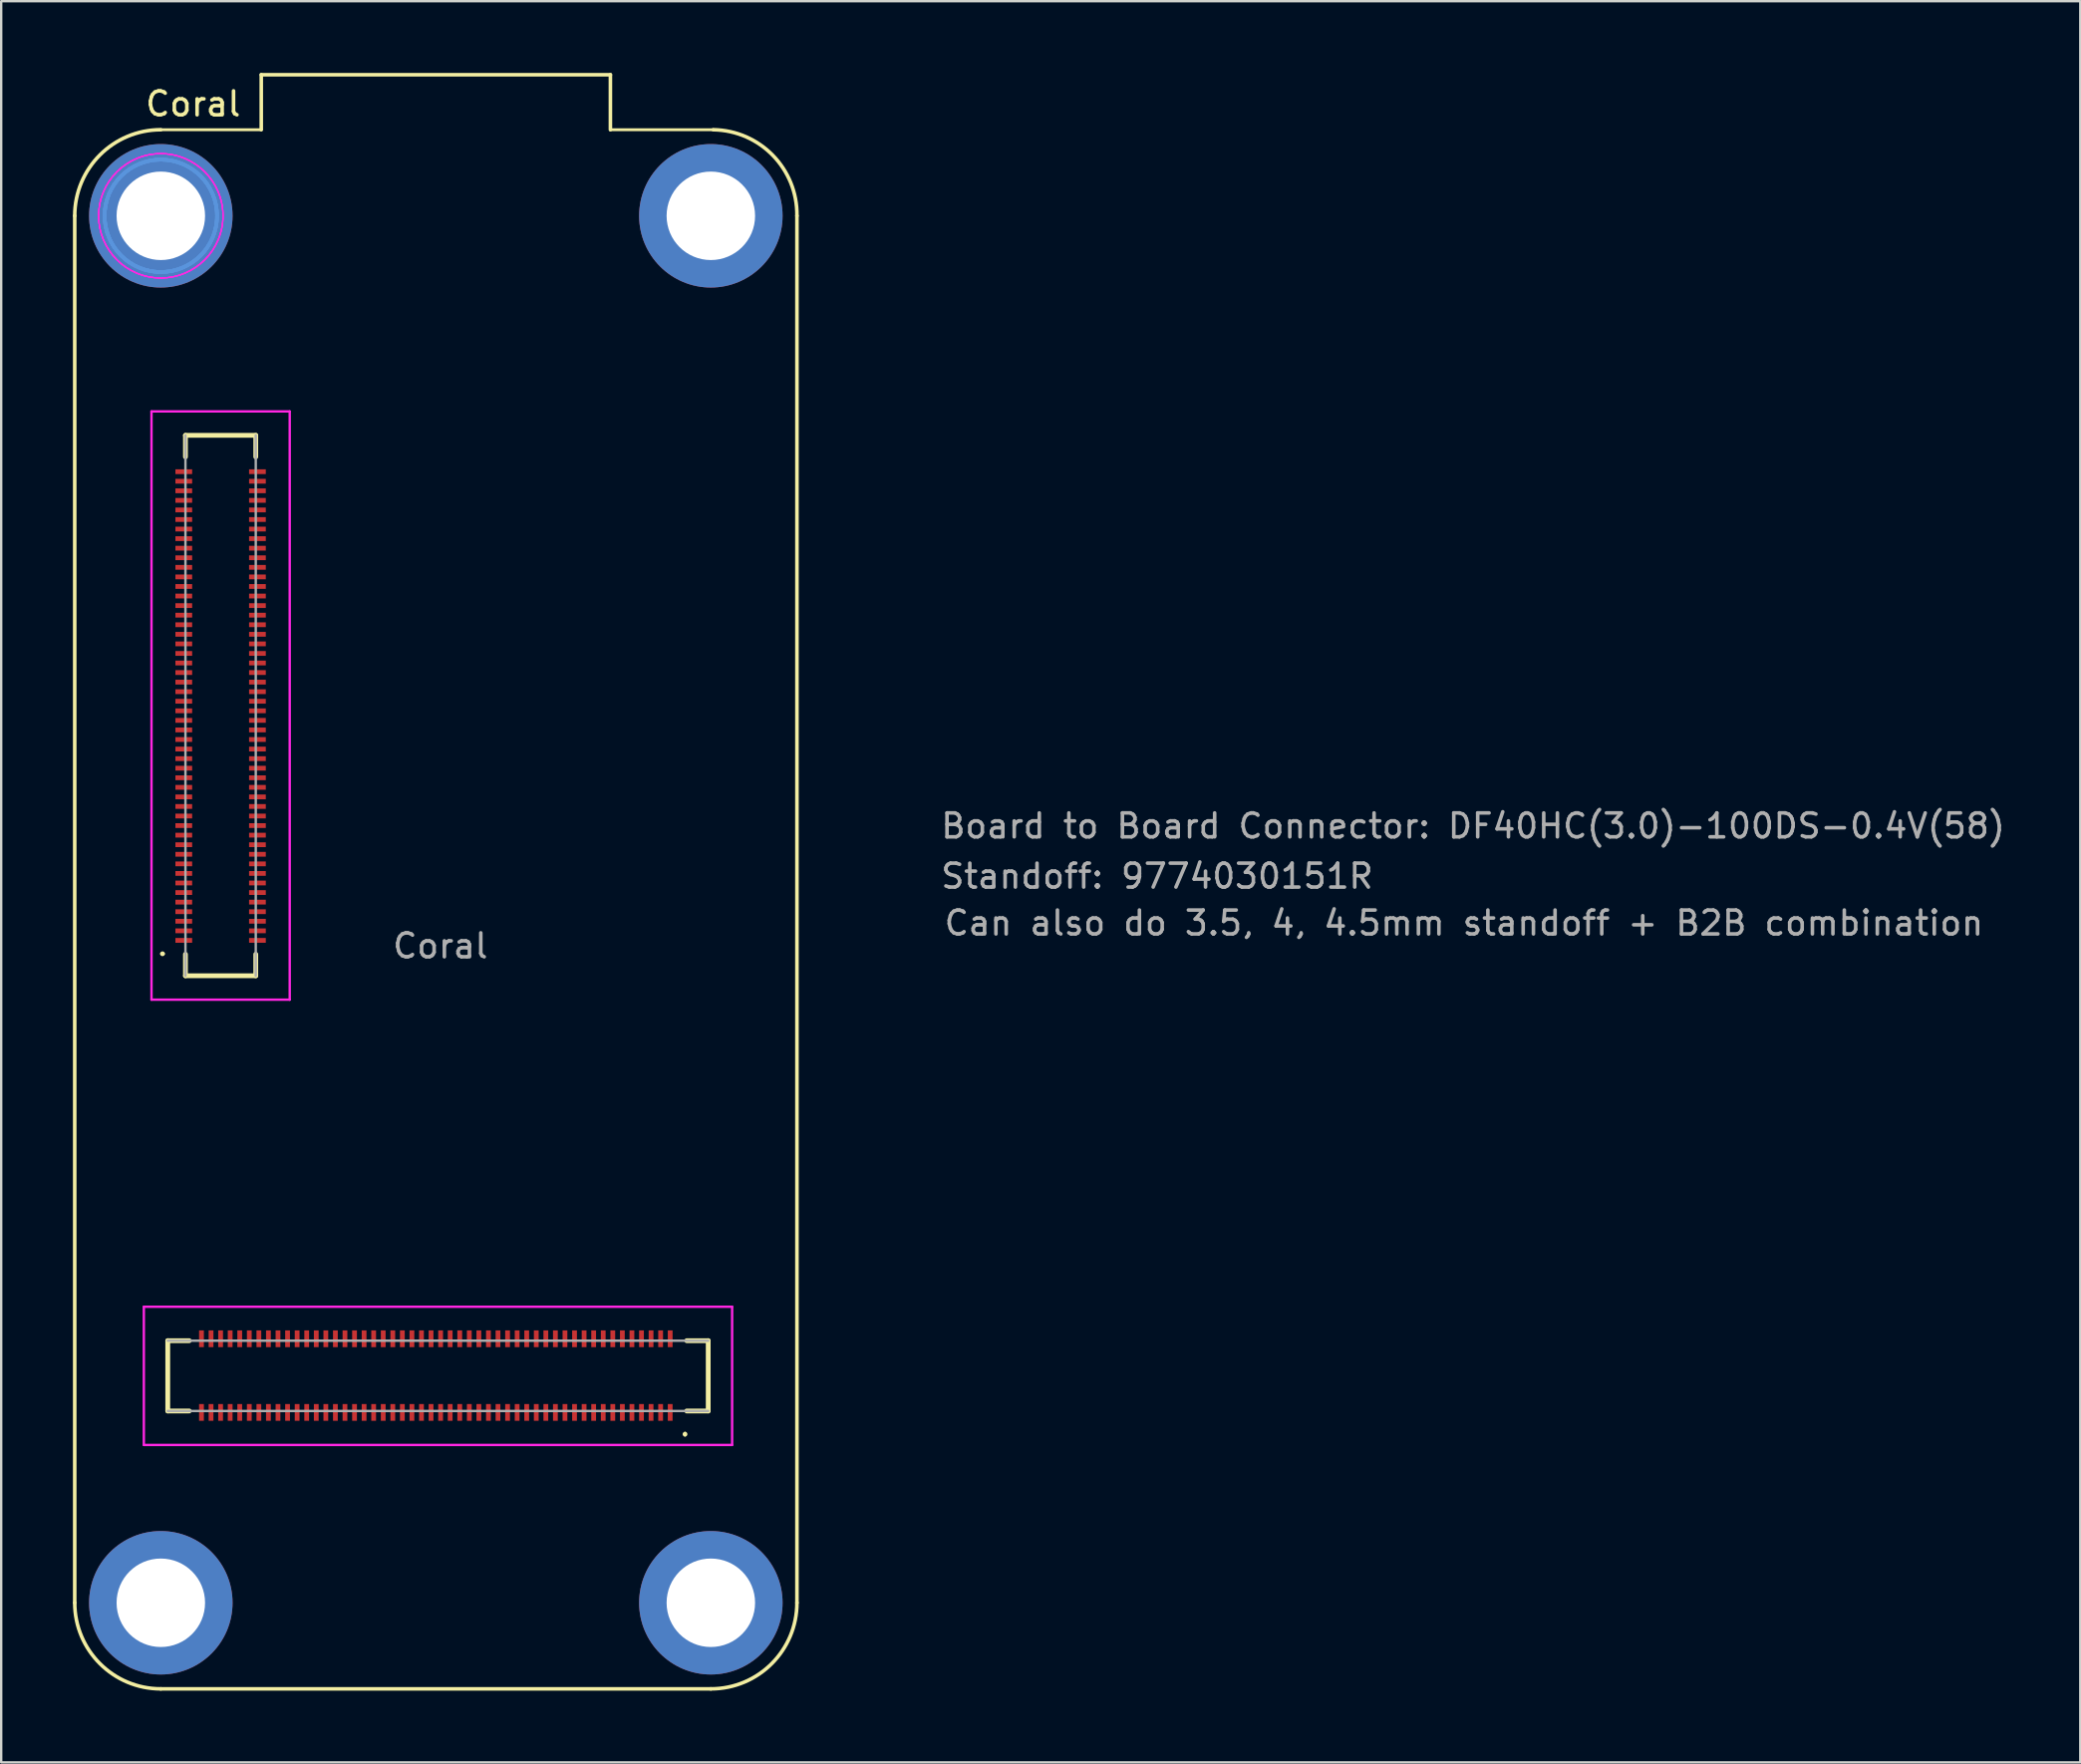
<source format=kicad_pcb>
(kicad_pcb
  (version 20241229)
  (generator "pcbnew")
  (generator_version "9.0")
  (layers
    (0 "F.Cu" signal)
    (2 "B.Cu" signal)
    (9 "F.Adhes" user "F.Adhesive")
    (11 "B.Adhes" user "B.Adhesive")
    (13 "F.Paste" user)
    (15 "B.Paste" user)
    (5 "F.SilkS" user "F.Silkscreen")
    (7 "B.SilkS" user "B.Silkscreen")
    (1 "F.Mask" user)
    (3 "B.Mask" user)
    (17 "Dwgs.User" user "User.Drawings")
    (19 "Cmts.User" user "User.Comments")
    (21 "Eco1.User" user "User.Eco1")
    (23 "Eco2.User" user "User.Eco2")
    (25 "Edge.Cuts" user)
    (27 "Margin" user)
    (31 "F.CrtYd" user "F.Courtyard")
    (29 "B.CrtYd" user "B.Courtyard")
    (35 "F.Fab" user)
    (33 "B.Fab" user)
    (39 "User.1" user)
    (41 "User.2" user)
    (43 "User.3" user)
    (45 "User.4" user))
  (footprint "Coral"
    (layer "F.Cu")
    (at 15.175 34.975)
    (property "Reference" "Coral" (at -10.15 -33.68 0) (unlocked yes) (layer "F.SilkS") (effects (font (size 1 1) (thickness 0.15))))
    (attr smd)
    (fp_line (start -15.1 -29) (end -15.1 29) (stroke (width 0.15) (type default)) (layer "F.SilkS"))
    (fp_line (start -11.5 -32.6) (end -7.3 -32.6) (stroke (width 0.12) (type default)) (layer "F.SilkS"))
    (fp_line (start -11.5 32.6) (end 11.5 32.6) (stroke (width 0.15) (type default)) (layer "F.SilkS"))
    (fp_line (start -11.21 18.04) (end -11.21 20.98) (stroke (width 0.2) (type solid)) (layer "F.SilkS"))
    (fp_line (start -11.21 20.98) (end -10.31 20.98) (stroke (width 0.2) (type solid)) (layer "F.SilkS"))
    (fp_line (start -10.47 -19.82) (end -10.47 -18.92) (stroke (width 0.2) (type solid)) (layer "F.SilkS"))
    (fp_line (start -10.47 1.88) (end -10.47 2.78) (stroke (width 0.2) (type solid)) (layer "F.SilkS"))
    (fp_line (start -10.47 2.78) (end -7.53 2.78) (stroke (width 0.2) (type solid)) (layer "F.SilkS"))
    (fp_line (start -10.31 18.04) (end -11.21 18.04) (stroke (width 0.2) (type solid)) (layer "F.SilkS"))
    (fp_line (start -7.53 -19.82) (end -10.47 -19.82) (stroke (width 0.2) (type solid)) (layer "F.SilkS"))
    (fp_line (start -7.53 -18.92) (end -7.53 -19.82) (stroke (width 0.2) (type solid)) (layer "F.SilkS"))
    (fp_line (start -7.53 2.78) (end -7.53 1.88) (stroke (width 0.2) (type solid)) (layer "F.SilkS"))
    (fp_line (start -7.3 -34.9) (end -7.3 -32.6) (stroke (width 0.15) (type default)) (layer "F.SilkS"))
    (fp_line (start 7.3 -34.9) (end -7.3 -34.9) (stroke (width 0.15) (type solid)) (layer "F.SilkS"))
    (fp_line (start 7.3 -34.9) (end 7.3 -32.6) (stroke (width 0.15) (type default)) (layer "F.SilkS"))
    (fp_line (start 7.3 -32.6) (end 11.6 -32.6) (stroke (width 0.12) (type default)) (layer "F.SilkS"))
    (fp_line (start 10.49 20.98) (end 11.39 20.98) (stroke (width 0.2) (type solid)) (layer "F.SilkS"))
    (fp_line (start 11.39 18.04) (end 10.49 18.04) (stroke (width 0.2) (type solid)) (layer "F.SilkS"))
    (fp_line (start 11.39 20.98) (end 11.39 18.04) (stroke (width 0.2) (type solid)) (layer "F.SilkS"))
    (fp_line (start 15.1 29) (end 15.1 -29) (stroke (width 0.15) (type default)) (layer "F.SilkS"))
    (fp_arc (start -15.1 -29) (mid -14.045584 -31.545584) (end -11.5 -32.6) (stroke (width 0.15) (type default)) (layer "F.SilkS"))
    (fp_arc (start -11.5 32.6) (mid -14.045584 31.545584) (end -15.1 29) (stroke (width 0.15) (type default)) (layer "F.SilkS"))
    (fp_arc (start -11.48 1.86) (mid -11.43 1.81) (end -11.38 1.86) (stroke (width 0.1) (type solid)) (layer "F.SilkS"))
    (fp_arc (start -11.38 1.86) (mid -11.43 1.91) (end -11.48 1.86) (stroke (width 0.1) (type solid)) (layer "F.SilkS"))
    (fp_arc (start 10.42 21.9) (mid 10.47 21.95) (end 10.42 22) (stroke (width 0.1) (type solid)) (layer "F.SilkS"))
    (fp_arc (start 10.42 22) (mid 10.37 21.95) (end 10.42 21.9) (stroke (width 0.1) (type solid)) (layer "F.SilkS"))
    (fp_arc (start 11.6 -32.6) (mid 14.095584 -31.524874) (end 15.1 -29) (stroke (width 0.15) (type default)) (layer "F.SilkS"))
    (fp_arc (start 15.1 29) (mid 14.045584 31.545584) (end 11.5 32.6) (stroke (width 0.15) (type default)) (layer "F.SilkS"))
    (fp_poly (pts (arc (start -13.395942 29.209995) (mid -12.869676 30.317401) (end -11.775253 30.869993)) (arc (start -11.775253 31.899994) (mid -13.593543 31.041292) (end -14.423929 29.209995))) (stroke (width 0) (type solid)) (fill yes) (layer "F.Paste"))
    (fp_poly (pts (arc (start -13.389509 -28.770808) (mid -12.863243 -27.663402) (end -11.76882 -27.11081)) (arc (start -11.76882 -26.080809) (mid -13.58711 -26.939511) (end -14.417496 -28.770808))) (stroke (width 0) (type solid)) (fill yes) (layer "F.Paste"))
    (fp_poly (pts (arc (start -11.723242 27.093893) (mid -12.830648 27.620159) (end -13.38324 28.714582)) (arc (start -14.413241 28.714582) (mid -13.554539 26.896292) (end -11.723242 26.065906))) (stroke (width 0) (type solid)) (fill yes) (layer "F.Paste"))
    (fp_poly (pts (arc (start -11.716809 -30.88691) (mid -12.824215 -30.360644) (end -13.376807 -29.266221)) (arc (start -14.406808 -29.266221) (mid -13.548106 -31.084511) (end -11.716809 -31.914897))) (stroke (width 0) (type solid)) (fill yes) (layer "F.Paste"))
    (fp_poly (pts (arc (start -11.282299 30.880459) (mid -10.174893 30.354193) (end -9.622301 29.25977)) (arc (start -8.5923 29.25977) (mid -9.451002 31.07806) (end -11.282299 31.908446))) (stroke (width 0) (type solid)) (fill yes) (layer "F.Paste"))
    (fp_poly (pts (arc (start -11.275866 -27.100344) (mid -10.16846 -27.62661) (end -9.615868 -28.721033)) (arc (start -8.585867 -28.721033) (mid -9.444569 -26.902743) (end -11.275866 -26.072357))) (stroke (width 0) (type solid)) (fill yes) (layer "F.Paste"))
    (fp_poly (pts (arc (start -9.592318 28.761611) (mid -10.118584 27.654205) (end -11.213007 27.101613)) (arc (start -11.213007 26.071612) (mid -9.394717 26.930314) (end -8.564331 28.761611))) (stroke (width 0) (type solid)) (fill yes) (layer "F.Paste"))
    (fp_poly (pts (arc (start -9.585885 -29.219192) (mid -10.112151 -30.326598) (end -11.206574 -30.87919)) (arc (start -11.206574 -31.909191) (mid -9.388284 -31.050489) (end -8.557898 -29.219192))) (stroke (width 0) (type solid)) (fill yes) (layer "F.Paste"))
    (fp_poly (pts (arc (start 9.604058 -28.770005) (mid 10.130324 -27.662599) (end 11.224747 -27.110007)) (arc (start 11.224747 -26.080006) (mid 9.406457 -26.938708) (end 8.576071 -28.770005))) (stroke (width 0) (type solid)) (fill yes) (layer "F.Paste"))
    (fp_poly (pts (arc (start 9.604058 29.219995) (mid 10.130324 30.327401) (end 11.224747 30.879993)) (arc (start 11.224747 31.909994) (mid 9.406457 31.051292) (end 8.576071 29.219995))) (stroke (width 0) (type solid)) (fill yes) (layer "F.Paste"))
    (fp_poly (pts (arc (start 11.276758 -30.886107) (mid 10.169352 -30.359841) (end 9.61676 -29.265418)) (arc (start 8.586759 -29.265418) (mid 9.445461 -31.083708) (end 11.276758 -31.914094))) (stroke (width 0) (type solid)) (fill yes) (layer "F.Paste"))
    (fp_poly (pts (arc (start 11.276758 27.103893) (mid 10.169352 27.630159) (end 9.61676 28.724582)) (arc (start 8.586759 28.724582) (mid 9.445461 26.906292) (end 11.276758 26.075906))) (stroke (width 0) (type solid)) (fill yes) (layer "F.Paste"))
    (fp_poly (pts (arc (start 11.717701 -27.099541) (mid 12.825107 -27.625807) (end 13.377699 -28.72023)) (arc (start 14.4077 -28.72023) (mid 13.548998 -26.90194) (end 11.717701 -26.071554))) (stroke (width 0) (type solid)) (fill yes) (layer "F.Paste"))
    (fp_poly (pts (arc (start 11.717701 30.890459) (mid 12.825107 30.364193) (end 13.377699 29.26977)) (arc (start 14.4077 29.26977) (mid 13.548998 31.08806) (end 11.717701 31.918446))) (stroke (width 0) (type solid)) (fill yes) (layer "F.Paste"))
    (fp_poly (pts (arc (start 13.407682 -29.218389) (mid 12.881416 -30.325795) (end 11.786993 -30.878387)) (arc (start 11.786993 -31.908388) (mid 13.605283 -31.049686) (end 14.435669 -29.218389))) (stroke (width 0) (type solid)) (fill yes) (layer "F.Paste"))
    (fp_poly (pts (arc (start 13.407682 28.771611) (mid 12.881416 27.664205) (end 11.786993 27.111613)) (arc (start 11.786993 26.081612) (mid 13.605283 26.940314) (end 14.435669 28.771611))) (stroke (width 0) (type solid)) (fill yes) (layer "F.Paste"))
    (fp_circle (center -11.5 -29) (end -9.15 -29) (stroke (width 0.15) (type solid)) (fill no) (layer "Cmts.User"))
    (fp_circle (center -11.5 -29) (end -9.15 -29) (stroke (width 0.15) (type solid)) (fill no) (layer "Cmts.User"))
    (fp_circle (center -11.5 -29) (end -9.15 -29) (stroke (width 0.15) (type solid)) (fill no) (layer "Cmts.User"))
    (fp_circle (center -11.5 -29) (end -9.15 -29) (stroke (width 0.15) (type solid)) (fill no) (layer "Cmts.User"))
    (fp_line (start -12.21 16.62) (end 12.39 16.62) (stroke (width 0.1) (type solid)) (layer "F.CrtYd"))
    (fp_line (start -12.21 22.4) (end -12.21 16.62) (stroke (width 0.1) (type solid)) (layer "F.CrtYd"))
    (fp_line (start -11.89 -20.82) (end -6.11 -20.82) (stroke (width 0.1) (type solid)) (layer "F.CrtYd"))
    (fp_line (start -11.89 3.78) (end -11.89 -20.82) (stroke (width 0.1) (type solid)) (layer "F.CrtYd"))
    (fp_line (start -6.11 -20.82) (end -6.11 3.78) (stroke (width 0.1) (type solid)) (layer "F.CrtYd"))
    (fp_line (start -6.11 3.78) (end -11.89 3.78) (stroke (width 0.1) (type solid)) (layer "F.CrtYd"))
    (fp_line (start 12.39 16.62) (end 12.39 22.4) (stroke (width 0.1) (type solid)) (layer "F.CrtYd"))
    (fp_line (start 12.39 22.4) (end -12.21 22.4) (stroke (width 0.1) (type solid)) (layer "F.CrtYd"))
    (fp_circle (center -11.5 -29) (end -8.9 -29) (stroke (width 0.05) (type solid)) (fill no) (layer "F.CrtYd"))
    (fp_circle (center -11.5 -29) (end -8.9 -29) (stroke (width 0.05) (type solid)) (fill no) (layer "F.CrtYd"))
    (fp_circle (center -11.5 -29) (end -8.9 -29) (stroke (width 0.05) (type solid)) (fill no) (layer "F.CrtYd"))
    (fp_circle (center -11.5 -29) (end -8.9 -29) (stroke (width 0.05) (type solid)) (fill no) (layer "F.CrtYd"))
    (fp_line (start -11.21 18.04) (end 11.39 18.04) (stroke (width 0.1) (type solid)) (layer "F.Fab"))
    (fp_line (start -10.47 2.78) (end -10.47 -19.82) (stroke (width 0.1) (type solid)) (layer "F.Fab"))
    (fp_line (start -7.53 -19.82) (end -7.53 2.78) (stroke (width 0.1) (type solid)) (layer "F.Fab"))
    (fp_line (start 11.39 20.98) (end -11.21 20.98) (stroke (width 0.1) (type solid)) (layer "F.Fab"))
    (fp_text user "Standoff: 9774030151R" (at 21.04 -0.8 0) (unlocked yes) (layer "F.Fab") (effects (font (size 1 1) (thickness 0.15)) (justify left bottom)))
    (fp_text user "${REFERENCE}" (at 0.19 1.53 0) (unlocked yes) (layer "F.Fab") (effects (font (size 1 1) (thickness 0.15))))
    (fp_text user "Can also do 3.5, 4, 4.5mm standoff + B2B combination" (at 21.18 1.16 0) (unlocked yes) (layer "F.Fab") (effects (font (size 1 1) (thickness 0.15)) (justify left bottom)))
    (fp_text user "Board to Board Connector: DF40HC(3.0)-100DS-0.4V(58)" (at 21.04 -2.9 0) (unlocked yes) (layer "F.Fab") (effects (font (size 1 1) (thickness 0.15)) (justify left bottom)))
    (pad "1" smd rect (at 9.8 21.04 180) (size 0.2 0.7) (layers "F.Cu" "F.Mask" "F.Paste"))
    (pad "2" smd rect (at 9.8 17.96 180) (size 0.2 0.7) (layers "F.Cu" "F.Mask" "F.Paste"))
    (pad "3" smd rect (at 9.4 21.04 180) (size 0.2 0.7) (layers "F.Cu" "F.Mask" "F.Paste"))
    (pad "4" smd rect (at 9.4 17.96 180) (size 0.2 0.7) (layers "F.Cu" "F.Mask" "F.Paste"))
    (pad "5" smd rect (at 9 21.04 180) (size 0.2 0.7) (layers "F.Cu" "F.Mask" "F.Paste"))
    (pad "6" smd rect (at 9 17.96 180) (size 0.2 0.7) (layers "F.Cu" "F.Mask" "F.Paste"))
    (pad "7" smd rect (at 8.6 21.04 180) (size 0.2 0.7) (layers "F.Cu" "F.Mask" "F.Paste"))
    (pad "8" smd rect (at 8.6 17.96 180) (size 0.2 0.7) (layers "F.Cu" "F.Mask" "F.Paste"))
    (pad "9" smd rect (at 8.2 21.04 180) (size 0.2 0.7) (layers "F.Cu" "F.Mask" "F.Paste"))
    (pad "10" smd rect (at 8.2 17.96 180) (size 0.2 0.7) (layers "F.Cu" "F.Mask" "F.Paste"))
    (pad "11" smd rect (at 7.8 21.04 180) (size 0.2 0.7) (layers "F.Cu" "F.Mask" "F.Paste"))
    (pad "12" smd rect (at 7.8 17.96 180) (size 0.2 0.7) (layers "F.Cu" "F.Mask" "F.Paste"))
    (pad "13" smd rect (at 7.4 21.04 180) (size 0.2 0.7) (layers "F.Cu" "F.Mask" "F.Paste"))
    (pad "14" smd rect (at 7.4 17.96 180) (size 0.2 0.7) (layers "F.Cu" "F.Mask" "F.Paste"))
    (pad "15" smd rect (at 7 21.04 180) (size 0.2 0.7) (layers "F.Cu" "F.Mask" "F.Paste"))
    (pad "16" smd rect (at 7 17.96 180) (size 0.2 0.7) (layers "F.Cu" "F.Mask" "F.Paste"))
    (pad "17" smd rect (at 6.6 21.04 180) (size 0.2 0.7) (layers "F.Cu" "F.Mask" "F.Paste"))
    (pad "18" smd rect (at 6.6 17.96 180) (size 0.2 0.7) (layers "F.Cu" "F.Mask" "F.Paste"))
    (pad "19" smd rect (at 6.2 21.04 180) (size 0.2 0.7) (layers "F.Cu" "F.Mask" "F.Paste"))
    (pad "20" smd rect (at 6.2 17.96 180) (size 0.2 0.7) (layers "F.Cu" "F.Mask" "F.Paste"))
    (pad "21" smd rect (at 5.8 21.04 180) (size 0.2 0.7) (layers "F.Cu" "F.Mask" "F.Paste"))
    (pad "22" smd rect (at 5.8 17.96 180) (size 0.2 0.7) (layers "F.Cu" "F.Mask" "F.Paste"))
    (pad "23" smd rect (at 5.4 21.04 180) (size 0.2 0.7) (layers "F.Cu" "F.Mask" "F.Paste"))
    (pad "24" smd rect (at 5.4 17.96 180) (size 0.2 0.7) (layers "F.Cu" "F.Mask" "F.Paste"))
    (pad "25" smd rect (at 5 21.04 180) (size 0.2 0.7) (layers "F.Cu" "F.Mask" "F.Paste"))
    (pad "26" smd rect (at 5 17.96 180) (size 0.2 0.7) (layers "F.Cu" "F.Mask" "F.Paste"))
    (pad "27" smd rect (at 4.6 21.04 180) (size 0.2 0.7) (layers "F.Cu" "F.Mask" "F.Paste"))
    (pad "28" smd rect (at 4.6 17.96 180) (size 0.2 0.7) (layers "F.Cu" "F.Mask" "F.Paste"))
    (pad "29" smd rect (at 4.2 21.04 180) (size 0.2 0.7) (layers "F.Cu" "F.Mask" "F.Paste"))
    (pad "30" smd rect (at 4.2 17.96 180) (size 0.2 0.7) (layers "F.Cu" "F.Mask" "F.Paste"))
    (pad "31" smd rect (at 3.8 21.04 180) (size 0.2 0.7) (layers "F.Cu" "F.Mask" "F.Paste"))
    (pad "32" smd rect (at 3.8 17.96 180) (size 0.2 0.7) (layers "F.Cu" "F.Mask" "F.Paste"))
    (pad "33" smd rect (at 3.4 21.04 180) (size 0.2 0.7) (layers "F.Cu" "F.Mask" "F.Paste"))
    (pad "34" smd rect (at 3.4 17.96 180) (size 0.2 0.7) (layers "F.Cu" "F.Mask" "F.Paste"))
    (pad "35" smd rect (at 3 21.04 180) (size 0.2 0.7) (layers "F.Cu" "F.Mask" "F.Paste"))
    (pad "36" smd rect (at 3 17.96 180) (size 0.2 0.7) (layers "F.Cu" "F.Mask" "F.Paste"))
    (pad "37" smd rect (at 2.6 21.04 180) (size 0.2 0.7) (layers "F.Cu" "F.Mask" "F.Paste"))
    (pad "38" smd rect (at 2.6 17.96 180) (size 0.2 0.7) (layers "F.Cu" "F.Mask" "F.Paste"))
    (pad "39" smd rect (at 2.2 21.04 180) (size 0.2 0.7) (layers "F.Cu" "F.Mask" "F.Paste"))
    (pad "40" smd rect (at 2.2 17.96 180) (size 0.2 0.7) (layers "F.Cu" "F.Mask" "F.Paste"))
    (pad "41" smd rect (at 1.8 21.04 180) (size 0.2 0.7) (layers "F.Cu" "F.Mask" "F.Paste"))
    (pad "42" smd rect (at 1.8 17.96 180) (size 0.2 0.7) (layers "F.Cu" "F.Mask" "F.Paste"))
    (pad "43" smd rect (at 1.4 21.04 180) (size 0.2 0.7) (layers "F.Cu" "F.Mask" "F.Paste"))
    (pad "44" smd rect (at 1.4 17.96 180) (size 0.2 0.7) (layers "F.Cu" "F.Mask" "F.Paste"))
    (pad "45" smd rect (at 1 21.04 180) (size 0.2 0.7) (layers "F.Cu" "F.Mask" "F.Paste"))
    (pad "46" smd rect (at 1 17.96 180) (size 0.2 0.7) (layers "F.Cu" "F.Mask" "F.Paste"))
    (pad "47" smd rect (at 0.6 21.04 180) (size 0.2 0.7) (layers "F.Cu" "F.Mask" "F.Paste"))
    (pad "48" smd rect (at 0.6 17.96 180) (size 0.2 0.7) (layers "F.Cu" "F.Mask" "F.Paste"))
    (pad "49" smd rect (at 0.2 21.04 180) (size 0.2 0.7) (layers "F.Cu" "F.Mask" "F.Paste"))
    (pad "50" smd rect (at 0.2 17.96 180) (size 0.2 0.7) (layers "F.Cu" "F.Mask" "F.Paste"))
    (pad "51" smd rect (at -0.2 21.04 180) (size 0.2 0.7) (layers "F.Cu" "F.Mask" "F.Paste"))
    (pad "52" smd rect (at -0.2 17.96 180) (size 0.2 0.7) (layers "F.Cu" "F.Mask" "F.Paste"))
    (pad "53" smd rect (at -0.6 21.04 180) (size 0.2 0.7) (layers "F.Cu" "F.Mask" "F.Paste"))
    (pad "54" smd rect (at -0.6 17.96 180) (size 0.2 0.7) (layers "F.Cu" "F.Mask" "F.Paste"))
    (pad "55" smd rect (at -1 21.04 180) (size 0.2 0.7) (layers "F.Cu" "F.Mask" "F.Paste"))
    (pad "56" smd rect (at -1 17.96 180) (size 0.2 0.7) (layers "F.Cu" "F.Mask" "F.Paste"))
    (pad "57" smd rect (at -1.4 21.04 180) (size 0.2 0.7) (layers "F.Cu" "F.Mask" "F.Paste"))
    (pad "58" smd rect (at -1.4 17.96 180) (size 0.2 0.7) (layers "F.Cu" "F.Mask" "F.Paste"))
    (pad "59" smd rect (at -1.8 21.04 180) (size 0.2 0.7) (layers "F.Cu" "F.Mask" "F.Paste"))
    (pad "60" smd rect (at -1.8 17.96 180) (size 0.2 0.7) (layers "F.Cu" "F.Mask" "F.Paste"))
    (pad "61" smd rect (at -2.2 21.04 180) (size 0.2 0.7) (layers "F.Cu" "F.Mask" "F.Paste"))
    (pad "62" smd rect (at -2.2 17.96 180) (size 0.2 0.7) (layers "F.Cu" "F.Mask" "F.Paste"))
    (pad "63" smd rect (at -2.6 21.04 180) (size 0.2 0.7) (layers "F.Cu" "F.Mask" "F.Paste"))
    (pad "64" smd rect (at -2.6 17.96 180) (size 0.2 0.7) (layers "F.Cu" "F.Mask" "F.Paste"))
    (pad "65" smd rect (at -3 21.04 180) (size 0.2 0.7) (layers "F.Cu" "F.Mask" "F.Paste"))
    (pad "66" smd rect (at -3 17.96 180) (size 0.2 0.7) (layers "F.Cu" "F.Mask" "F.Paste"))
    (pad "67" smd rect (at -3.4 21.04 180) (size 0.2 0.7) (layers "F.Cu" "F.Mask" "F.Paste"))
    (pad "68" smd rect (at -3.4 17.96 180) (size 0.2 0.7) (layers "F.Cu" "F.Mask" "F.Paste"))
    (pad "69" smd rect (at -3.8 21.04 180) (size 0.2 0.7) (layers "F.Cu" "F.Mask" "F.Paste"))
    (pad "70" smd rect (at -3.8 17.96 180) (size 0.2 0.7) (layers "F.Cu" "F.Mask" "F.Paste"))
    (pad "71" smd rect (at -4.2 21.04 180) (size 0.2 0.7) (layers "F.Cu" "F.Mask" "F.Paste"))
    (pad "72" smd rect (at -4.2 17.96 180) (size 0.2 0.7) (layers "F.Cu" "F.Mask" "F.Paste"))
    (pad "73" smd rect (at -4.6 21.04 180) (size 0.2 0.7) (layers "F.Cu" "F.Mask" "F.Paste"))
    (pad "74" smd rect (at -4.6 17.96 180) (size 0.2 0.7) (layers "F.Cu" "F.Mask" "F.Paste"))
    (pad "75" smd rect (at -5 21.04 180) (size 0.2 0.7) (layers "F.Cu" "F.Mask" "F.Paste"))
    (pad "76" smd rect (at -5 17.96 180) (size 0.2 0.7) (layers "F.Cu" "F.Mask" "F.Paste"))
    (pad "77" smd rect (at -5.4 21.04 180) (size 0.2 0.7) (layers "F.Cu" "F.Mask" "F.Paste"))
    (pad "78" smd rect (at -5.4 17.96 180) (size 0.2 0.7) (layers "F.Cu" "F.Mask" "F.Paste"))
    (pad "79" smd rect (at -5.8 21.04 180) (size 0.2 0.7) (layers "F.Cu" "F.Mask" "F.Paste"))
    (pad "80" smd rect (at -5.8 17.96 180) (size 0.2 0.7) (layers "F.Cu" "F.Mask" "F.Paste"))
    (pad "81" smd rect (at -6.2 21.04 180) (size 0.2 0.7) (layers "F.Cu" "F.Mask" "F.Paste"))
    (pad "82" smd rect (at -6.2 17.96 180) (size 0.2 0.7) (layers "F.Cu" "F.Mask" "F.Paste"))
    (pad "83" smd rect (at -6.6 21.04 180) (size 0.2 0.7) (layers "F.Cu" "F.Mask" "F.Paste"))
    (pad "84" smd rect (at -6.6 17.96 180) (size 0.2 0.7) (layers "F.Cu" "F.Mask" "F.Paste"))
    (pad "85" smd rect (at -7 21.04 180) (size 0.2 0.7) (layers "F.Cu" "F.Mask" "F.Paste"))
    (pad "86" smd rect (at -7 17.96 180) (size 0.2 0.7) (layers "F.Cu" "F.Mask" "F.Paste"))
    (pad "87" smd rect (at -7.4 21.04 180) (size 0.2 0.7) (layers "F.Cu" "F.Mask" "F.Paste"))
    (pad "88" smd rect (at -7.4 17.96 180) (size 0.2 0.7) (layers "F.Cu" "F.Mask" "F.Paste"))
    (pad "89" smd rect (at -7.8 21.04 180) (size 0.2 0.7) (layers "F.Cu" "F.Mask" "F.Paste"))
    (pad "90" smd rect (at -7.8 17.96 180) (size 0.2 0.7) (layers "F.Cu" "F.Mask" "F.Paste"))
    (pad "91" smd rect (at -8.2 21.04 180) (size 0.2 0.7) (layers "F.Cu" "F.Mask" "F.Paste"))
    (pad "92" smd rect (at -8.2 17.96 180) (size 0.2 0.7) (layers "F.Cu" "F.Mask" "F.Paste"))
    (pad "93" smd rect (at -8.6 21.04 180) (size 0.2 0.7) (layers "F.Cu" "F.Mask" "F.Paste"))
    (pad "94" smd rect (at -8.6 17.96 180) (size 0.2 0.7) (layers "F.Cu" "F.Mask" "F.Paste"))
    (pad "95" smd rect (at -9 21.04 180) (size 0.2 0.7) (layers "F.Cu" "F.Mask" "F.Paste"))
    (pad "96" smd rect (at -9 17.96 180) (size 0.2 0.7) (layers "F.Cu" "F.Mask" "F.Paste"))
    (pad "97" smd rect (at -9.4 21.04 180) (size 0.2 0.7) (layers "F.Cu" "F.Mask" "F.Paste"))
    (pad "98" smd rect (at -9.4 17.96 180) (size 0.2 0.7) (layers "F.Cu" "F.Mask" "F.Paste"))
    (pad "99" smd rect (at -9.8 21.04 180) (size 0.2 0.7) (layers "F.Cu" "F.Mask" "F.Paste"))
    (pad "100" smd rect (at -9.8 17.96 180) (size 0.2 0.7) (layers "F.Cu" "F.Mask" "F.Paste"))
    (pad "101" smd rect (at -10.54 1.3 90) (size 0.2 0.7) (layers "F.Cu" "F.Mask" "F.Paste"))
    (pad "102" smd rect (at -7.46 1.3 90) (size 0.2 0.7) (layers "F.Cu" "F.Mask" "F.Paste"))
    (pad "103" smd rect (at -10.54 0.9 90) (size 0.2 0.7) (layers "F.Cu" "F.Mask" "F.Paste"))
    (pad "104" smd rect (at -7.46 0.9 90) (size 0.2 0.7) (layers "F.Cu" "F.Mask" "F.Paste"))
    (pad "105" smd rect (at -10.54 0.5 90) (size 0.2 0.7) (layers "F.Cu" "F.Mask" "F.Paste"))
    (pad "106" smd rect (at -7.46 0.5 90) (size 0.2 0.7) (layers "F.Cu" "F.Mask" "F.Paste"))
    (pad "107" smd rect (at -10.54 0.1 90) (size 0.2 0.7) (layers "F.Cu" "F.Mask" "F.Paste"))
    (pad "108" smd rect (at -7.46 0.1 90) (size 0.2 0.7) (layers "F.Cu" "F.Mask" "F.Paste"))
    (pad "109" smd rect (at -10.54 -0.3 90) (size 0.2 0.7) (layers "F.Cu" "F.Mask" "F.Paste"))
    (pad "110" smd rect (at -7.46 -0.3 90) (size 0.2 0.7) (layers "F.Cu" "F.Mask" "F.Paste"))
    (pad "111" smd rect (at -10.54 -0.7 90) (size 0.2 0.7) (layers "F.Cu" "F.Mask" "F.Paste"))
    (pad "112" smd rect (at -7.46 -0.7 90) (size 0.2 0.7) (layers "F.Cu" "F.Mask" "F.Paste"))
    (pad "113" smd rect (at -10.54 -1.1 90) (size 0.2 0.7) (layers "F.Cu" "F.Mask" "F.Paste"))
    (pad "114" smd rect (at -7.46 -1.1 90) (size 0.2 0.7) (layers "F.Cu" "F.Mask" "F.Paste"))
    (pad "115" smd rect (at -10.54 -1.5 90) (size 0.2 0.7) (layers "F.Cu" "F.Mask" "F.Paste"))
    (pad "116" smd rect (at -7.46 -1.5 90) (size 0.2 0.7) (layers "F.Cu" "F.Mask" "F.Paste"))
    (pad "117" smd rect (at -10.54 -1.9 90) (size 0.2 0.7) (layers "F.Cu" "F.Mask" "F.Paste"))
    (pad "118" smd rect (at -7.46 -1.9 90) (size 0.2 0.7) (layers "F.Cu" "F.Mask" "F.Paste"))
    (pad "119" smd rect (at -10.54 -2.3 90) (size 0.2 0.7) (layers "F.Cu" "F.Mask" "F.Paste"))
    (pad "120" smd rect (at -7.46 -2.3 90) (size 0.2 0.7) (layers "F.Cu" "F.Mask" "F.Paste"))
    (pad "121" smd rect (at -10.54 -2.7 90) (size 0.2 0.7) (layers "F.Cu" "F.Mask" "F.Paste"))
    (pad "122" smd rect (at -7.46 -2.7 90) (size 0.2 0.7) (layers "F.Cu" "F.Mask" "F.Paste"))
    (pad "123" smd rect (at -10.54 -3.1 90) (size 0.2 0.7) (layers "F.Cu" "F.Mask" "F.Paste"))
    (pad "124" smd rect (at -7.46 -3.1 90) (size 0.2 0.7) (layers "F.Cu" "F.Mask" "F.Paste"))
    (pad "125" smd rect (at -10.54 -3.5 90) (size 0.2 0.7) (layers "F.Cu" "F.Mask" "F.Paste"))
    (pad "126" smd rect (at -7.46 -3.5 90) (size 0.2 0.7) (layers "F.Cu" "F.Mask" "F.Paste"))
    (pad "127" smd rect (at -10.54 -3.9 90) (size 0.2 0.7) (layers "F.Cu" "F.Mask" "F.Paste"))
    (pad "128" smd rect (at -7.46 -3.9 90) (size 0.2 0.7) (layers "F.Cu" "F.Mask" "F.Paste"))
    (pad "129" smd rect (at -10.54 -4.3 90) (size 0.2 0.7) (layers "F.Cu" "F.Mask" "F.Paste"))
    (pad "130" smd rect (at -7.46 -4.3 90) (size 0.2 0.7) (layers "F.Cu" "F.Mask" "F.Paste"))
    (pad "131" smd rect (at -10.54 -4.7 90) (size 0.2 0.7) (layers "F.Cu" "F.Mask" "F.Paste"))
    (pad "132" smd rect (at -7.46 -4.7 90) (size 0.2 0.7) (layers "F.Cu" "F.Mask" "F.Paste"))
    (pad "133" smd rect (at -10.54 -5.1 90) (size 0.2 0.7) (layers "F.Cu" "F.Mask" "F.Paste"))
    (pad "134" smd rect (at -7.46 -5.1 90) (size 0.2 0.7) (layers "F.Cu" "F.Mask" "F.Paste"))
    (pad "135" smd rect (at -10.54 -5.5 90) (size 0.2 0.7) (layers "F.Cu" "F.Mask" "F.Paste"))
    (pad "136" smd rect (at -7.46 -5.5 90) (size 0.2 0.7) (layers "F.Cu" "F.Mask" "F.Paste"))
    (pad "137" smd rect (at -10.54 -5.9 90) (size 0.2 0.7) (layers "F.Cu" "F.Mask" "F.Paste"))
    (pad "138" smd rect (at -7.46 -5.9 90) (size 0.2 0.7) (layers "F.Cu" "F.Mask" "F.Paste"))
    (pad "139" smd rect (at -10.54 -6.3 90) (size 0.2 0.7) (layers "F.Cu" "F.Mask" "F.Paste"))
    (pad "140" smd rect (at -7.46 -6.3 90) (size 0.2 0.7) (layers "F.Cu" "F.Mask" "F.Paste"))
    (pad "141" smd rect (at -10.54 -6.7 90) (size 0.2 0.7) (layers "F.Cu" "F.Mask" "F.Paste"))
    (pad "142" smd rect (at -7.46 -6.7 90) (size 0.2 0.7) (layers "F.Cu" "F.Mask" "F.Paste"))
    (pad "143" smd rect (at -10.54 -7.1 90) (size 0.2 0.7) (layers "F.Cu" "F.Mask" "F.Paste"))
    (pad "144" smd rect (at -7.46 -7.1 90) (size 0.2 0.7) (layers "F.Cu" "F.Mask" "F.Paste"))
    (pad "145" smd rect (at -10.54 -7.5 90) (size 0.2 0.7) (layers "F.Cu" "F.Mask" "F.Paste"))
    (pad "146" smd rect (at -7.46 -7.5 90) (size 0.2 0.7) (layers "F.Cu" "F.Mask" "F.Paste"))
    (pad "147" smd rect (at -10.54 -7.9 90) (size 0.2 0.7) (layers "F.Cu" "F.Mask" "F.Paste"))
    (pad "148" smd rect (at -7.46 -7.9 90) (size 0.2 0.7) (layers "F.Cu" "F.Mask" "F.Paste"))
    (pad "149" smd rect (at -10.54 -8.3 90) (size 0.2 0.7) (layers "F.Cu" "F.Mask" "F.Paste"))
    (pad "150" smd rect (at -7.46 -8.3 90) (size 0.2 0.7) (layers "F.Cu" "F.Mask" "F.Paste"))
    (pad "151" smd rect (at -10.54 -8.7 90) (size 0.2 0.7) (layers "F.Cu" "F.Mask" "F.Paste"))
    (pad "152" smd rect (at -7.46 -8.7 90) (size 0.2 0.7) (layers "F.Cu" "F.Mask" "F.Paste"))
    (pad "153" smd rect (at -10.54 -9.1 90) (size 0.2 0.7) (layers "F.Cu" "F.Mask" "F.Paste"))
    (pad "154" smd rect (at -7.46 -9.1 90) (size 0.2 0.7) (layers "F.Cu" "F.Mask" "F.Paste"))
    (pad "155" smd rect (at -10.54 -9.5 90) (size 0.2 0.7) (layers "F.Cu" "F.Mask" "F.Paste"))
    (pad "156" smd rect (at -7.46 -9.5 90) (size 0.2 0.7) (layers "F.Cu" "F.Mask" "F.Paste"))
    (pad "157" smd rect (at -10.54 -9.9 90) (size 0.2 0.7) (layers "F.Cu" "F.Mask" "F.Paste"))
    (pad "158" smd rect (at -7.46 -9.9 90) (size 0.2 0.7) (layers "F.Cu" "F.Mask" "F.Paste"))
    (pad "159" smd rect (at -10.54 -10.3 90) (size 0.2 0.7) (layers "F.Cu" "F.Mask" "F.Paste"))
    (pad "160" smd rect (at -7.46 -10.3 90) (size 0.2 0.7) (layers "F.Cu" "F.Mask" "F.Paste"))
    (pad "161" smd rect (at -10.54 -10.7 90) (size 0.2 0.7) (layers "F.Cu" "F.Mask" "F.Paste"))
    (pad "162" smd rect (at -7.46 -10.7 90) (size 0.2 0.7) (layers "F.Cu" "F.Mask" "F.Paste"))
    (pad "163" smd rect (at -10.54 -11.1 90) (size 0.2 0.7) (layers "F.Cu" "F.Mask" "F.Paste"))
    (pad "164" smd rect (at -7.46 -11.1 90) (size 0.2 0.7) (layers "F.Cu" "F.Mask" "F.Paste"))
    (pad "165" smd rect (at -10.54 -11.5 90) (size 0.2 0.7) (layers "F.Cu" "F.Mask" "F.Paste"))
    (pad "166" smd rect (at -7.46 -11.5 90) (size 0.2 0.7) (layers "F.Cu" "F.Mask" "F.Paste"))
    (pad "167" smd rect (at -10.54 -11.9 90) (size 0.2 0.7) (layers "F.Cu" "F.Mask" "F.Paste"))
    (pad "168" smd rect (at -7.46 -11.9 90) (size 0.2 0.7) (layers "F.Cu" "F.Mask" "F.Paste"))
    (pad "169" smd rect (at -10.54 -12.3 90) (size 0.2 0.7) (layers "F.Cu" "F.Mask" "F.Paste"))
    (pad "170" smd rect (at -7.46 -12.3 90) (size 0.2 0.7) (layers "F.Cu" "F.Mask" "F.Paste"))
    (pad "171" smd rect (at -10.54 -12.7 90) (size 0.2 0.7) (layers "F.Cu" "F.Mask" "F.Paste"))
    (pad "172" smd rect (at -7.46 -12.7 90) (size 0.2 0.7) (layers "F.Cu" "F.Mask" "F.Paste"))
    (pad "173" smd rect (at -10.54 -13.1 90) (size 0.2 0.7) (layers "F.Cu" "F.Mask" "F.Paste"))
    (pad "174" smd rect (at -7.46 -13.1 90) (size 0.2 0.7) (layers "F.Cu" "F.Mask" "F.Paste"))
    (pad "175" smd rect (at -10.54 -13.5 90) (size 0.2 0.7) (layers "F.Cu" "F.Mask" "F.Paste"))
    (pad "176" smd rect (at -7.46 -13.5 90) (size 0.2 0.7) (layers "F.Cu" "F.Mask" "F.Paste"))
    (pad "177" smd rect (at -10.54 -13.9 90) (size 0.2 0.7) (layers "F.Cu" "F.Mask" "F.Paste"))
    (pad "178" smd rect (at -7.46 -13.9 90) (size 0.2 0.7) (layers "F.Cu" "F.Mask" "F.Paste"))
    (pad "179" smd rect (at -10.54 -14.3 90) (size 0.2 0.7) (layers "F.Cu" "F.Mask" "F.Paste"))
    (pad "180" smd rect (at -7.46 -14.3 90) (size 0.2 0.7) (layers "F.Cu" "F.Mask" "F.Paste"))
    (pad "181" smd rect (at -10.54 -14.7 90) (size 0.2 0.7) (layers "F.Cu" "F.Mask" "F.Paste"))
    (pad "182" smd rect (at -7.46 -14.7 90) (size 0.2 0.7) (layers "F.Cu" "F.Mask" "F.Paste"))
    (pad "183" smd rect (at -10.54 -15.1 90) (size 0.2 0.7) (layers "F.Cu" "F.Mask" "F.Paste"))
    (pad "184" smd rect (at -7.46 -15.1 90) (size 0.2 0.7) (layers "F.Cu" "F.Mask" "F.Paste"))
    (pad "185" smd rect (at -10.54 -15.5 90) (size 0.2 0.7) (layers "F.Cu" "F.Mask" "F.Paste"))
    (pad "186" smd rect (at -7.46 -15.5 90) (size 0.2 0.7) (layers "F.Cu" "F.Mask" "F.Paste"))
    (pad "187" smd rect (at -10.54 -15.9 90) (size 0.2 0.7) (layers "F.Cu" "F.Mask" "F.Paste"))
    (pad "188" smd rect (at -7.46 -15.9 90) (size 0.2 0.7) (layers "F.Cu" "F.Mask" "F.Paste"))
    (pad "189" smd rect (at -10.54 -16.3 90) (size 0.2 0.7) (layers "F.Cu" "F.Mask" "F.Paste"))
    (pad "190" smd rect (at -7.46 -16.3 90) (size 0.2 0.7) (layers "F.Cu" "F.Mask" "F.Paste"))
    (pad "191" smd rect (at -10.54 -16.7 90) (size 0.2 0.7) (layers "F.Cu" "F.Mask" "F.Paste"))
    (pad "192" smd rect (at -7.46 -16.7 90) (size 0.2 0.7) (layers "F.Cu" "F.Mask" "F.Paste"))
    (pad "193" smd rect (at -10.54 -17.1 90) (size 0.2 0.7) (layers "F.Cu" "F.Mask" "F.Paste"))
    (pad "194" smd rect (at -7.46 -17.1 90) (size 0.2 0.7) (layers "F.Cu" "F.Mask" "F.Paste"))
    (pad "195" smd rect (at -10.54 -17.5 90) (size 0.2 0.7) (layers "F.Cu" "F.Mask" "F.Paste"))
    (pad "196" smd rect (at -7.46 -17.5 90) (size 0.2 0.7) (layers "F.Cu" "F.Mask" "F.Paste"))
    (pad "197" smd rect (at -10.54 -17.9 90) (size 0.2 0.7) (layers "F.Cu" "F.Mask" "F.Paste"))
    (pad "198" smd rect (at -7.46 -17.9 90) (size 0.2 0.7) (layers "F.Cu" "F.Mask" "F.Paste"))
    (pad "199" smd rect (at -10.54 -18.3 90) (size 0.2 0.7) (layers "F.Cu" "F.Mask" "F.Paste"))
    (pad "200" smd rect (at -7.46 -18.3 90) (size 0.2 0.7) (layers "F.Cu" "F.Mask" "F.Paste"))
    (pad "201" thru_hole circle (at -11.5 -29 90) (size 6 6) (drill 3.7) (layers "*.Cu" "*.Mask"))
    (pad "202" thru_hole circle (at 11.5 -29 90) (size 6 6) (drill 3.7) (layers "*.Cu" "*.Mask"))
    (pad "203" thru_hole circle (at 11.5 29 90) (size 6 6) (drill 3.7) (layers "*.Cu" "*.Mask"))
    (pad "204" thru_hole circle (at -11.5 29 90) (size 6 6) (drill 3.7) (layers "*.Cu" "*.Mask")))
  (gr_rect
    (start -3 -3)
    (end 83.941 70.65)
    (stroke (width 0.1) (type default))
    (fill no)
    (layer "Edge.Cuts")))
</source>
